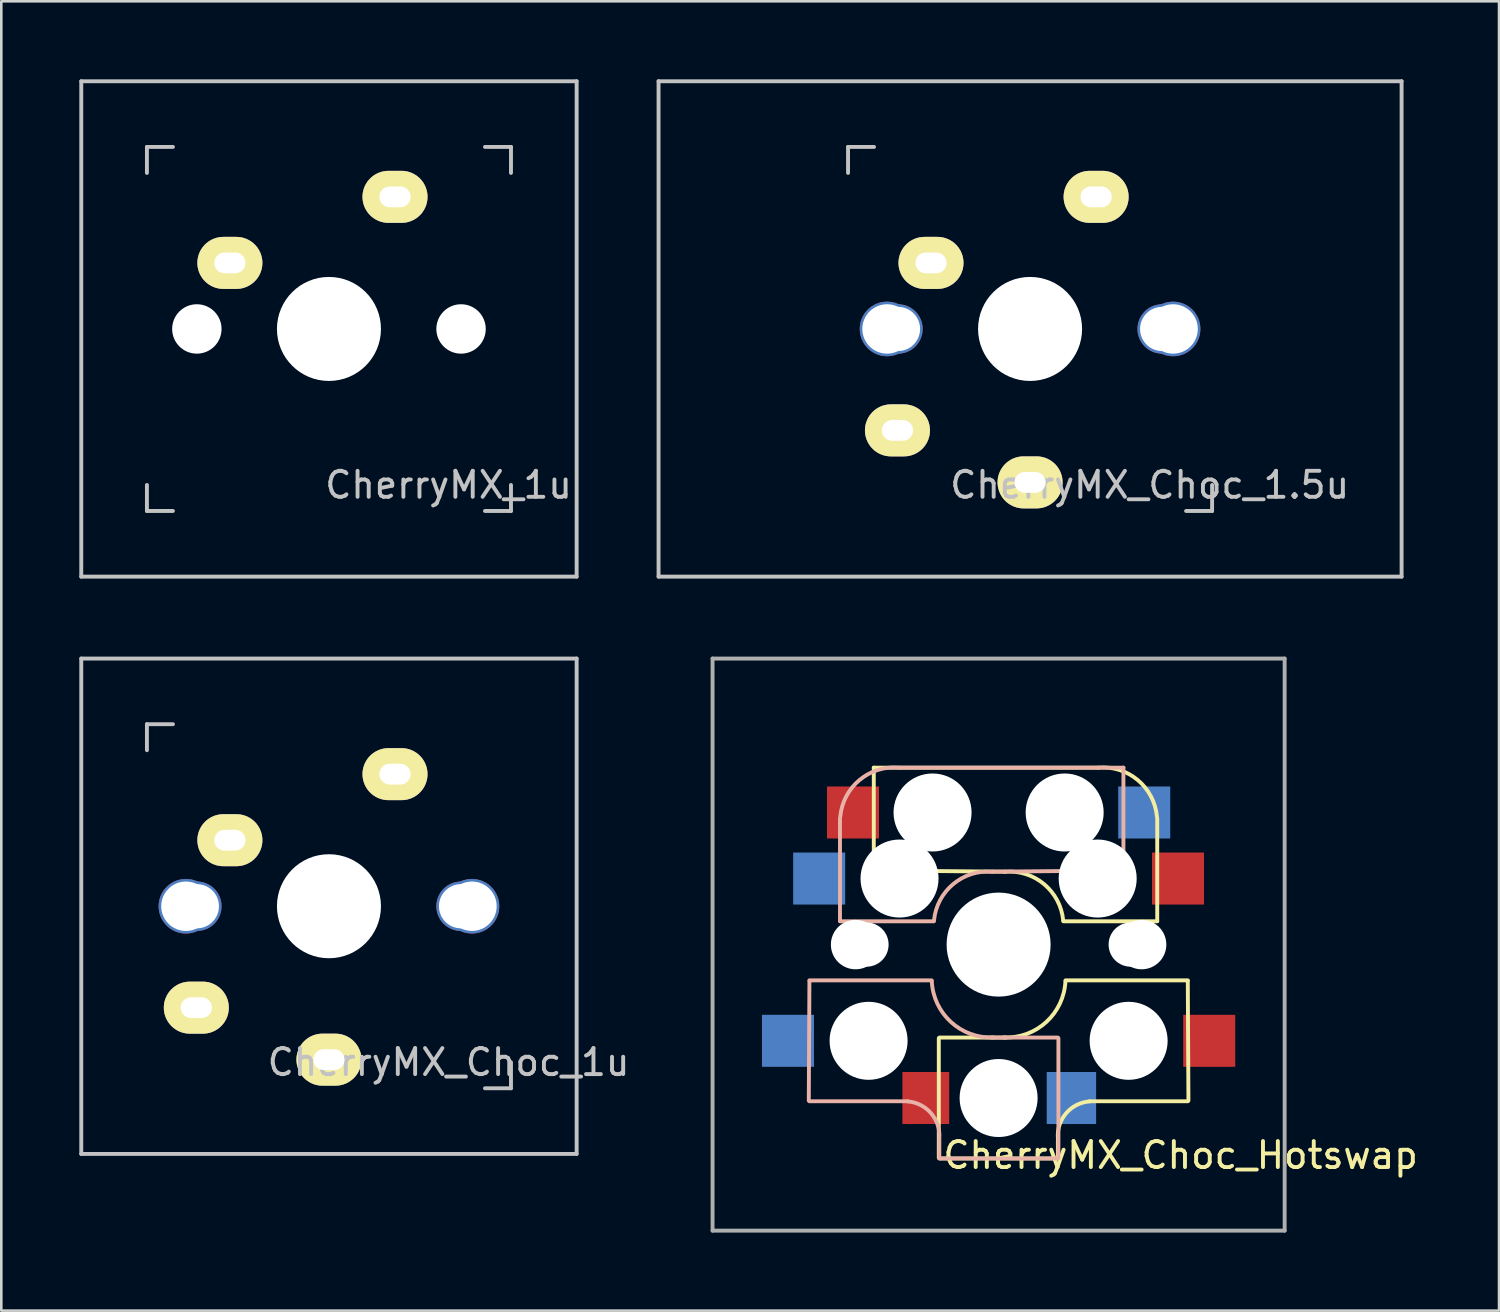
<source format=kicad_pcb>
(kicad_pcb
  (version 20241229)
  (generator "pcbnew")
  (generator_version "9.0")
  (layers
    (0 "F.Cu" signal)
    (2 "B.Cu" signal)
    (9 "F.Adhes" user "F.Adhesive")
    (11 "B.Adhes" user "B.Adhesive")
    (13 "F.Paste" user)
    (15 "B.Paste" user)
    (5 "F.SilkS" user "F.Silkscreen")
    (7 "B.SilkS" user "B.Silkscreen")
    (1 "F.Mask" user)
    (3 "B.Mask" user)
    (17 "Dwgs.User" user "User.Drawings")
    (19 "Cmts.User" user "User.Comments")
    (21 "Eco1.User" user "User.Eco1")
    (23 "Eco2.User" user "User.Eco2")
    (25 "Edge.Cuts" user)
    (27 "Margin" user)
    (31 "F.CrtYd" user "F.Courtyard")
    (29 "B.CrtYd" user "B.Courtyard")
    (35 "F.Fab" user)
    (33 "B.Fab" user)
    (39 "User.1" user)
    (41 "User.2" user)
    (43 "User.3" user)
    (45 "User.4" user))
  (footprint "CherryMX_Choc_1.5u"
    (layer "F.Cu")
    (at 36.562 9.6)
    (property "Reference" "CherryMX_Choc_1.5u" (at 4.6 6 0) (layer "Dwgs.User") (effects (font (size 1 1) (thickness 0.15))))
    (attr through_hole)
    (fp_line (start -14.287 -9.525) (end 14.287 -9.525) (stroke (width 0.15) (type solid)) (layer "Dwgs.User"))
    (fp_line (start -14.287 9.525) (end -14.287 -9.525) (stroke (width 0.15) (type solid)) (layer "Dwgs.User"))
    (fp_line (start -7 -7) (end -6 -7) (stroke (width 0.15) (type solid)) (layer "Dwgs.User"))
    (fp_line (start -7 -6) (end -7 -7) (stroke (width 0.15) (type solid)) (layer "Dwgs.User"))
    (fp_line (start 6 7) (end 7 7) (stroke (width 0.15) (type solid)) (layer "Dwgs.User"))
    (fp_line (start 7 7) (end 7 6) (stroke (width 0.15) (type solid)) (layer "Dwgs.User"))
    (fp_line (start 14.287 -9.525) (end 14.287 9.525) (stroke (width 0.15) (type solid)) (layer "Dwgs.User"))
    (fp_line (start 14.287 9.525) (end -14.287 9.525) (stroke (width 0.15) (type solid)) (layer "Dwgs.User"))
    (pad "" np_thru_hole circle (at -5.5 0 90) (size 2.1 2.1) (drill 1.9) (layers "*.Cu" "*.Mask"))
    (pad "" np_thru_hole circle (at -5.08 0) (size 1.9 1.9) (drill 1.7) (layers "*.Cu" "*.Mask"))
    (pad "" np_thru_hole circle (at 0 0 90) (size 4 4) (drill 4) (layers "*.Cu" "*.Mask"))
    (pad "" np_thru_hole circle (at 5.08 0) (size 1.9 1.9) (drill 1.7) (layers "*.Cu" "*.Mask"))
    (pad "" np_thru_hole circle (at 5.5 0 90) (size 2.1 2.1) (drill 1.9) (layers "*.Cu" "*.Mask"))
    (pad "1" thru_hole oval (at -5.1 3.9) (size 2.5 2) (drill oval 1.2 0.8) (layers "*.Cu" "B.Mask" "F.SilkS"))
    (pad "1" thru_hole oval (at -3.81 -2.54) (size 2.5 2) (drill oval 1.2 0.8) (layers "*.Cu" "B.Mask" "F.SilkS"))
    (pad "2" thru_hole oval (at 0 5.9) (size 2.5 2) (drill oval 1.2 0.8) (layers "*.Cu" "B.Mask" "F.SilkS"))
    (pad "2" thru_hole oval (at 2.54 -5.08) (size 2.5 2) (drill oval 1.2 0.8) (layers "*.Cu" "B.Mask" "F.SilkS")))
  (footprint "CherryMX_1u"
    (layer "F.Cu")
    (at 9.6 9.6)
    (property "Reference" "CherryMX_1u" (at 4.6 6 180) (layer "Dwgs.User") (effects (font (size 1 1) (thickness 0.15))))
    (attr through_hole)
    (fp_line (start -9.525 -9.525) (end 9.525 -9.525) (stroke (width 0.15) (type solid)) (layer "Dwgs.User"))
    (fp_line (start -9.525 9.525) (end -9.525 -9.525) (stroke (width 0.15) (type solid)) (layer "Dwgs.User"))
    (fp_line (start -7 -7) (end -6 -7) (stroke (width 0.15) (type solid)) (layer "Dwgs.User"))
    (fp_line (start -7 -6) (end -7 -7) (stroke (width 0.15) (type solid)) (layer "Dwgs.User"))
    (fp_line (start -7 6) (end -7 7) (stroke (width 0.15) (type solid)) (layer "Dwgs.User"))
    (fp_line (start -6 7) (end -7 7) (stroke (width 0.15) (type solid)) (layer "Dwgs.User"))
    (fp_line (start 6 7) (end 7 7) (stroke (width 0.15) (type solid)) (layer "Dwgs.User"))
    (fp_line (start 7 -7) (end 6 -7) (stroke (width 0.15) (type solid)) (layer "Dwgs.User"))
    (fp_line (start 7 -6) (end 7 -7) (stroke (width 0.15) (type solid)) (layer "Dwgs.User"))
    (fp_line (start 7 7) (end 7 6) (stroke (width 0.15) (type solid)) (layer "Dwgs.User"))
    (fp_line (start 9.525 -9.525) (end 9.525 9.525) (stroke (width 0.15) (type solid)) (layer "Dwgs.User"))
    (fp_line (start 9.525 9.525) (end -9.525 9.525) (stroke (width 0.15) (type solid)) (layer "Dwgs.User"))
    (pad "" np_thru_hole circle (at -5.08 0 90) (size 1.9 1.9) (drill 1.9) (layers "*.Cu" "*.Mask"))
    (pad "" np_thru_hole circle (at 0 0 90) (size 4 4) (drill 4) (layers "*.Cu" "*.Mask"))
    (pad "" np_thru_hole circle (at 5.08 0 90) (size 1.9 1.9) (drill 1.9) (layers "*.Cu" "*.Mask"))
    (pad "1" thru_hole oval (at -3.81 -2.54) (size 2.5 2) (drill oval 1.2 0.8) (layers "*.Cu" "B.Mask" "F.SilkS"))
    (pad "2" thru_hole oval (at 2.54 -5.08) (size 2.5 2) (drill oval 1.2 0.8) (layers "*.Cu" "B.Mask" "F.SilkS")))
  (footprint "CherryMX_Choc_Hotswap"
    (layer "F.Cu")
    (at 35.352 33.275)
    (property "Reference" "CherryMX_Choc_Hotswap" (at 7 8.1 0) (layer "F.SilkS") (effects (font (size 1 1) (thickness 0.15))))
    (attr through_hole)
    (fp_line (start -4.8 -6.804) (end 3.825 -6.804) (stroke (width 0.15) (type solid)) (layer "F.SilkS"))
    (fp_line (start -4.8 -2.896) (end -4.8 -6.804) (stroke (width 0.15) (type solid)) (layer "F.SilkS"))
    (fp_line (start -4.8 -2.85) (end 0.25 -2.804) (stroke (width 0.15) (type solid)) (layer "F.SilkS"))
    (fp_line (start -2.3 3.6) (end -2.3 8.2) (stroke (width 0.15) (type solid)) (layer "F.SilkS"))
    (fp_line (start -2.275 3.575) (end 0.275 3.575) (stroke (width 0.15) (type solid)) (layer "F.SilkS"))
    (fp_line (start -2.275 8.225) (end 2.275 8.225) (stroke (width 0.15) (type solid)) (layer "F.SilkS"))
    (fp_line (start 2.28 7.5) (end 2.28 8.2) (stroke (width 0.15) (type solid)) (layer "F.SilkS"))
    (fp_line (start 2.575 1.375) (end 7.275 1.375) (stroke (width 0.15) (type solid)) (layer "F.SilkS"))
    (fp_line (start 3.5 6.025) (end 7.275 6.025) (stroke (width 0.15) (type solid)) (layer "F.SilkS"))
    (fp_line (start 6.1 -4.85) (end 6.1 -0.905) (stroke (width 0.15) (type solid)) (layer "F.SilkS"))
    (fp_line (start 6.1 -0.896) (end 2.49 -0.896) (stroke (width 0.15) (type solid)) (layer "F.SilkS"))
    (fp_line (start 7.275 1.4) (end 7.3 6) (stroke (width 0.15) (type solid)) (layer "F.SilkS"))
    (fp_arc (start 0.225 -2.8) (mid 1.744361 -2.328061) (end 2.485 -0.92) (stroke (width 0.15) (type solid)) (layer "F.SilkS"))
    (fp_arc (start 2.28 7.45) (mid 2.595908 6.48733) (end 3.5 6.03) (stroke (width 0.15) (type solid)) (layer "F.SilkS"))
    (fp_arc (start 2.57 1.4) (mid 1.834422 2.975843) (end 0.2 3.57) (stroke (width 0.15) (type solid)) (layer "F.SilkS"))
    (fp_arc (start 3.825 -6.804) (mid 5.347189 -6.33089) (end 6.089 -4.92) (stroke (width 0.15) (type solid)) (layer "F.SilkS"))
    (fp_line (start -7.275 1.4) (end -7.3 6) (stroke (width 0.15) (type solid)) (layer "B.SilkS"))
    (fp_line (start -6.1 -4.85) (end -6.1 -0.905) (stroke (width 0.15) (type solid)) (layer "B.SilkS"))
    (fp_line (start -6.1 -0.896) (end -2.49 -0.896) (stroke (width 0.15) (type solid)) (layer "B.SilkS"))
    (fp_line (start -3.5 6.025) (end -7.275 6.025) (stroke (width 0.15) (type solid)) (layer "B.SilkS"))
    (fp_line (start -2.575 1.375) (end -7.275 1.375) (stroke (width 0.15) (type solid)) (layer "B.SilkS"))
    (fp_line (start -2.28 7.5) (end -2.28 8.2) (stroke (width 0.15) (type solid)) (layer "B.SilkS"))
    (fp_line (start 2.275 3.575) (end -0.275 3.575) (stroke (width 0.15) (type solid)) (layer "B.SilkS"))
    (fp_line (start 2.275 8.225) (end -2.275 8.225) (stroke (width 0.15) (type solid)) (layer "B.SilkS"))
    (fp_line (start 2.3 3.6) (end 2.3 8.2) (stroke (width 0.15) (type solid)) (layer "B.SilkS"))
    (fp_line (start 4.8 -6.804) (end -3.825 -6.804) (stroke (width 0.15) (type solid)) (layer "B.SilkS"))
    (fp_line (start 4.8 -2.896) (end 4.8 -6.804) (stroke (width 0.15) (type solid)) (layer "B.SilkS"))
    (fp_line (start 4.8 -2.85) (end -0.25 -2.804) (stroke (width 0.15) (type solid)) (layer "B.SilkS"))
    (fp_arc (start -6.089 -4.92) (mid -5.347189 -6.33089) (end -3.825 -6.804) (stroke (width 0.15) (type solid)) (layer "B.SilkS"))
    (fp_arc (start -3.5 6.03) (mid -2.595908 6.48733) (end -2.28 7.45) (stroke (width 0.15) (type solid)) (layer "B.SilkS"))
    (fp_arc (start -2.485 -0.92) (mid -1.744361 -2.328061) (end -0.225 -2.8) (stroke (width 0.15) (type solid)) (layer "B.SilkS"))
    (fp_arc (start -0.2 3.57) (mid -1.834422 2.975843) (end -2.57 1.4) (stroke (width 0.15) (type solid)) (layer "B.SilkS"))
    (fp_line (start -9 -9) (end 9 -9) (stroke (width 0.15) (type solid)) (layer "Eco2.User"))
    (fp_line (start -9 9) (end -9 -9) (stroke (width 0.15) (type solid)) (layer "Eco2.User"))
    (fp_line (start -7 -7) (end 7 -7) (stroke (width 0.15) (type solid)) (layer "Eco2.User"))
    (fp_line (start -7 7) (end -7 -7) (stroke (width 0.15) (type solid)) (layer "Eco2.User"))
    (fp_line (start 7 -7) (end 7 7) (stroke (width 0.15) (type solid)) (layer "Eco2.User"))
    (fp_line (start 7 7) (end -7 7) (stroke (width 0.15) (type solid)) (layer "Eco2.User"))
    (fp_line (start 9 -9) (end 9 9) (stroke (width 0.15) (type solid)) (layer "Eco2.User"))
    (fp_line (start 9 9) (end -9 9) (stroke (width 0.15) (type solid)) (layer "Eco2.User"))
    (fp_line (start -11 -11) (end -11 11) (stroke (width 0.15) (type solid)) (layer "F.Fab"))
    (fp_line (start -11 11) (end 11 11) (stroke (width 0.15) (type solid)) (layer "F.Fab"))
    (fp_line (start 11 -11) (end -11 -11) (stroke (width 0.15) (type solid)) (layer "F.Fab"))
    (fp_line (start 11 11) (end 11 -11) (stroke (width 0.15) (type solid)) (layer "F.Fab"))
    (pad "" np_thru_hole circle (at -5.5 0 90) (size 1.9 1.9) (drill 1.9) (layers "*.Cu" "*.Mask"))
    (pad "" np_thru_hole circle (at -5.08 0) (size 1.7 1.7) (drill 1.7) (layers "*.Cu" "*.Mask"))
    (pad "" np_thru_hole circle (at -5 3.7 90) (size 3 3) (drill 3) (layers "*.Cu" "*.Mask"))
    (pad "" np_thru_hole circle (at -3.81 -2.54 180) (size 3 3) (drill 3) (layers "*.Cu" "*.Mask"))
    (pad "" np_thru_hole circle (at -2.54 -5.08 180) (size 3 3) (drill 3) (layers "*.Cu" "*.Mask"))
    (pad "" np_thru_hole circle (at 0 0 90) (size 4 4) (drill 4) (layers "*.Cu" "*.Mask"))
    (pad "" np_thru_hole circle (at 0 5.9 90) (size 3 3) (drill 3) (layers "*.Cu" "*.Mask"))
    (pad "" np_thru_hole circle (at 2.54 -5.08 180) (size 3 3) (drill 3) (layers "*.Cu" "*.Mask"))
    (pad "" np_thru_hole circle (at 3.81 -2.54 180) (size 3 3) (drill 3) (layers "*.Cu" "*.Mask"))
    (pad "" np_thru_hole circle (at 5 3.7 270) (size 3 3) (drill 3) (layers "*.Cu" "*.Mask"))
    (pad "" np_thru_hole circle (at 5.08 0) (size 1.7 1.7) (drill 1.7) (layers "*.Cu" "*.Mask"))
    (pad "" np_thru_hole circle (at 5.5 0 90) (size 1.9 1.9) (drill 1.9) (layers "*.Cu" "*.Mask"))
    (pad "1" smd rect (at -8.1 3.7 180) (size 2 2) (layers "B.Cu" "B.Mask" "B.Paste"))
    (pad "1" smd rect (at -6.9 -2.54 180) (size 2 2) (layers "B.Cu" "B.Mask" "B.Paste"))
    (pad "1" smd rect (at -5.6 -5.08 180) (size 2 2) (layers "F.Cu" "F.Mask" "F.Paste"))
    (pad "1" smd rect (at 8.1 3.7 180) (size 2 2) (layers "F.Cu" "F.Mask" "F.Paste"))
    (pad "2" smd rect (at -2.8 5.9 180) (size 1.8 2) (layers "F.Cu" "F.Mask" "F.Paste"))
    (pad "2" smd rect (at 2.8 5.9 180) (size 1.9 2) (layers "B.Cu" "B.Mask" "B.Paste"))
    (pad "2" smd rect (at 5.6 -5.08 180) (size 2 2) (layers "B.Cu" "B.Mask" "B.Paste"))
    (pad "2" smd rect (at 6.9 -2.54 180) (size 2 2) (layers "F.Cu" "F.Mask" "F.Paste")))
  (footprint "CherryMX_Choc_1u"
    (layer "F.Cu")
    (at 9.6 31.8)
    (property "Reference" "CherryMX_Choc_1u" (at 4.6 6 180) (layer "Dwgs.User") (effects (font (size 1 1) (thickness 0.15))))
    (attr through_hole)
    (fp_line (start -9.525 -9.525) (end 9.525 -9.525) (stroke (width 0.15) (type solid)) (layer "Dwgs.User"))
    (fp_line (start -9.525 9.525) (end -9.525 -9.525) (stroke (width 0.15) (type solid)) (layer "Dwgs.User"))
    (fp_line (start -7 -7) (end -6 -7) (stroke (width 0.15) (type solid)) (layer "Dwgs.User"))
    (fp_line (start -7 -6) (end -7 -7) (stroke (width 0.15) (type solid)) (layer "Dwgs.User"))
    (fp_line (start 6 7) (end 7 7) (stroke (width 0.15) (type solid)) (layer "Dwgs.User"))
    (fp_line (start 7 7) (end 7 6) (stroke (width 0.15) (type solid)) (layer "Dwgs.User"))
    (fp_line (start 9.525 -9.525) (end 9.525 9.525) (stroke (width 0.15) (type solid)) (layer "Dwgs.User"))
    (fp_line (start 9.525 9.525) (end -9.525 9.525) (stroke (width 0.15) (type solid)) (layer "Dwgs.User"))
    (pad "" np_thru_hole circle (at -5.5 0 90) (size 2.1 2.1) (drill 1.9) (layers "*.Cu" "*.Mask"))
    (pad "" np_thru_hole circle (at -5.08 0) (size 1.9 1.9) (drill 1.7) (layers "*.Cu" "*.Mask"))
    (pad "" np_thru_hole circle (at 0 0 90) (size 4 4) (drill 4) (layers "*.Cu" "*.Mask"))
    (pad "" np_thru_hole circle (at 5.08 0) (size 1.9 1.9) (drill 1.7) (layers "*.Cu" "*.Mask"))
    (pad "" np_thru_hole circle (at 5.5 0 90) (size 2.1 2.1) (drill 1.9) (layers "*.Cu" "*.Mask"))
    (pad "1" thru_hole oval (at -5.1 3.9) (size 2.5 2) (drill oval 1.2 0.8) (layers "*.Cu" "B.Mask" "F.SilkS"))
    (pad "1" thru_hole oval (at -3.81 -2.54) (size 2.5 2) (drill oval 1.2 0.8) (layers "*.Cu" "B.Mask" "F.SilkS"))
    (pad "2" thru_hole oval (at 0 5.9) (size 2.5 2) (drill oval 1.2 0.8) (layers "*.Cu" "B.Mask" "F.SilkS"))
    (pad "2" thru_hole oval (at 2.54 -5.08) (size 2.5 2) (drill oval 1.2 0.8) (layers "*.Cu" "B.Mask" "F.SilkS")))
  (gr_rect
    (start -3 -3)
    (end 54.596 47.35)
    (stroke (width 0.1) (type default))
    (fill no)
    (layer "Edge.Cuts")))
</source>
